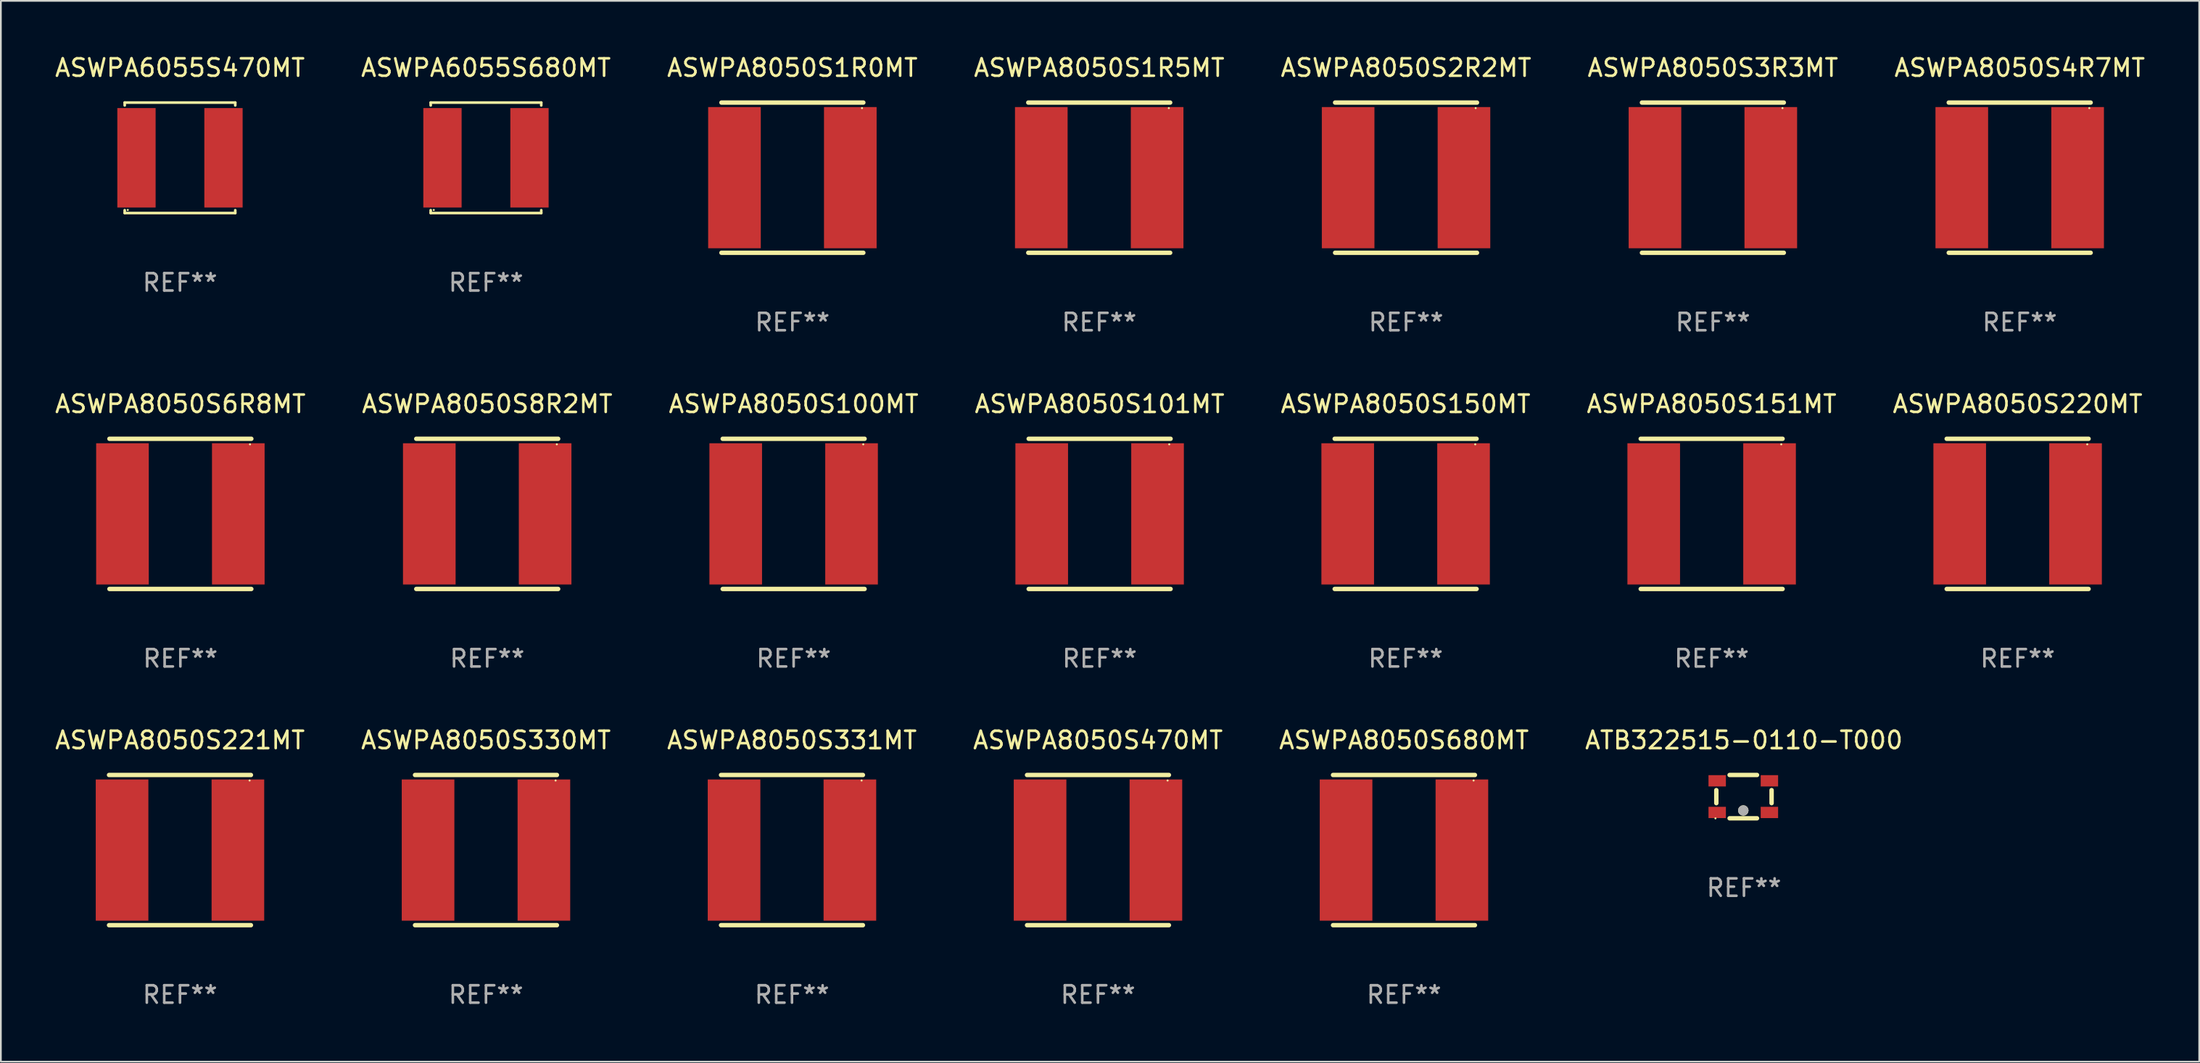
<source format=kicad_pcb>
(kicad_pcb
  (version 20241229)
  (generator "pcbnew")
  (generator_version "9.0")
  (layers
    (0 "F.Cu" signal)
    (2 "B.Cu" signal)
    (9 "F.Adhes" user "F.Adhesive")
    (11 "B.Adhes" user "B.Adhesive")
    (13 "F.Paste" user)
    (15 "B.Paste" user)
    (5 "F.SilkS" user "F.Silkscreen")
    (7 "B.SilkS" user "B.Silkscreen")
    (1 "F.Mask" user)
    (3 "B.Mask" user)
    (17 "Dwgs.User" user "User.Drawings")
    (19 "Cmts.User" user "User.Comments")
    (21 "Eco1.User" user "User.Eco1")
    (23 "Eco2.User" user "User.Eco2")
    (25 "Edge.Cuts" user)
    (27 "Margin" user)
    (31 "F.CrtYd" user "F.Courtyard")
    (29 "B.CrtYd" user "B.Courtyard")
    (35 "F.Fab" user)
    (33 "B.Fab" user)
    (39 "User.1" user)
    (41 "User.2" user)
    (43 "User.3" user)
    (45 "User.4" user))
  (footprint "ASWPA8050S101MT"
    (layer "F.Cu")
    (at 60.137 26.499)
    (property "Reference" "ASWPA8050S101MT" (at 0 -6.318 0) (layer "F.SilkS") (effects (font (size 1 1) (thickness 0.15))))
    (attr through_hole)
    (fp_line (start -4.076 -4.318) (end 4.076 -4.318) (stroke (width 0.254) (type solid)) (layer "F.SilkS"))
    (fp_line (start -4.076 4.318) (end 4.076 4.318) (stroke (width 0.254) (type solid)) (layer "F.SilkS"))
    (fp_circle (center 4 -4) (end 4.03 -4) (stroke (width 0.06) (type solid)) (fill no) (layer "F.SilkS"))
    (fp_text user "REF**" (at 0 8.318 0) (layer "F.Fab") (effects (font (size 1 1) (thickness 0.15))))
    (pad "1" smd rect (at 3.328 0) (size 3.024 8.12) (layers "F.Cu" "F.Mask" "F.Paste"))
    (pad "2" smd rect (at -3.328 0) (size 3.024 8.12) (layers "F.Cu" "F.Mask" "F.Paste")))
  (footprint "ASWPA8050S151MT"
    (layer "F.Cu")
    (at 95.304 26.499)
    (property "Reference" "ASWPA8050S151MT" (at 0 -6.318 0) (layer "F.SilkS") (effects (font (size 1 1) (thickness 0.15))))
    (attr through_hole)
    (fp_line (start -4.076 -4.318) (end 4.076 -4.318) (stroke (width 0.254) (type solid)) (layer "F.SilkS"))
    (fp_line (start -4.076 4.318) (end 4.076 4.318) (stroke (width 0.254) (type solid)) (layer "F.SilkS"))
    (fp_circle (center 4 -4) (end 4.03 -4) (stroke (width 0.06) (type solid)) (fill no) (layer "F.SilkS"))
    (fp_text user "REF**" (at 0 8.318 0) (layer "F.Fab") (effects (font (size 1 1) (thickness 0.15))))
    (pad "1" smd rect (at 3.328 0) (size 3.024 8.12) (layers "F.Cu" "F.Mask" "F.Paste"))
    (pad "2" smd rect (at -3.328 0) (size 3.024 8.12) (layers "F.Cu" "F.Mask" "F.Paste")))
  (footprint "ASWPA8050S221MT"
    (layer "F.Cu")
    (at 7.292 45.831)
    (property "Reference" "ASWPA8050S221MT" (at 0 -6.318 0) (layer "F.SilkS") (effects (font (size 1 1) (thickness 0.15))))
    (attr through_hole)
    (fp_line (start -4.076 -4.318) (end 4.076 -4.318) (stroke (width 0.254) (type solid)) (layer "F.SilkS"))
    (fp_line (start -4.076 4.318) (end 4.076 4.318) (stroke (width 0.254) (type solid)) (layer "F.SilkS"))
    (fp_circle (center 4 -4) (end 4.03 -4) (stroke (width 0.06) (type solid)) (fill no) (layer "F.SilkS"))
    (fp_text user "REF**" (at 0 8.318 0) (layer "F.Fab") (effects (font (size 1 1) (thickness 0.15))))
    (pad "1" smd rect (at 3.328 0) (size 3.024 8.12) (layers "F.Cu" "F.Mask" "F.Paste"))
    (pad "2" smd rect (at -3.328 0) (size 3.024 8.12) (layers "F.Cu" "F.Mask" "F.Paste")))
  (footprint "ASWPA8050S4R7MT"
    (layer "F.Cu")
    (at 113.006 7.166)
    (property "Reference" "ASWPA8050S4R7MT" (at 0 -6.318 0) (layer "F.SilkS") (effects (font (size 1 1) (thickness 0.15))))
    (attr through_hole)
    (fp_line (start -4.076 -4.318) (end 4.076 -4.318) (stroke (width 0.254) (type solid)) (layer "F.SilkS"))
    (fp_line (start -4.076 4.318) (end 4.076 4.318) (stroke (width 0.254) (type solid)) (layer "F.SilkS"))
    (fp_circle (center 4 -4) (end 4.03 -4) (stroke (width 0.06) (type solid)) (fill no) (layer "F.SilkS"))
    (fp_text user "REF**" (at 0 8.318 0) (layer "F.Fab") (effects (font (size 1 1) (thickness 0.15))))
    (pad "1" smd rect (at 3.328 0) (size 3.024 8.12) (layers "F.Cu" "F.Mask" "F.Paste"))
    (pad "2" smd rect (at -3.328 0) (size 3.024 8.12) (layers "F.Cu" "F.Mask" "F.Paste")))
  (footprint "ASWPA6055S470MT"
    (layer "F.Cu")
    (at 7.292 6.024)
    (property "Reference" "ASWPA6055S470MT" (at 0 -5.176 0) (layer "F.SilkS") (effects (font (size 1 1) (thickness 0.15))))
    (attr through_hole)
    (fp_line (start -3.176 -3.176) (end 3.176 -3.176) (stroke (width 0.152) (type solid)) (layer "F.SilkS"))
    (fp_line (start -3.176 -3.012) (end -3.176 -3.176) (stroke (width 0.152) (type solid)) (layer "F.SilkS"))
    (fp_line (start -3.176 3.012) (end -3.176 3.176) (stroke (width 0.152) (type solid)) (layer "F.SilkS"))
    (fp_line (start -3.176 3.176) (end 3.176 3.176) (stroke (width 0.152) (type solid)) (layer "F.SilkS"))
    (fp_line (start 3.176 -3.176) (end 3.176 -3.012) (stroke (width 0.152) (type solid)) (layer "F.SilkS"))
    (fp_line (start 3.176 3.176) (end 3.176 3.012) (stroke (width 0.152) (type solid)) (layer "F.SilkS"))
    (fp_circle (center -3 3) (end -2.97 3) (stroke (width 0.06) (type solid)) (fill no) (layer "F.SilkS"))
    (fp_text user "REF**" (at 0 7.176 0) (layer "F.Fab") (effects (font (size 1 1) (thickness 0.15))))
    (pad "1" smd rect (at -2.5 0) (size 2.2 5.72) (layers "F.Cu" "F.Mask" "F.Paste"))
    (pad "2" smd rect (at 2.5 0) (size 2.2 5.72) (layers "F.Cu" "F.Mask" "F.Paste")))
  (footprint "ASWPA8050S2R2MT"
    (layer "F.Cu")
    (at 77.744 7.166)
    (property "Reference" "ASWPA8050S2R2MT" (at 0 -6.318 0) (layer "F.SilkS") (effects (font (size 1 1) (thickness 0.15))))
    (attr through_hole)
    (fp_line (start -4.076 -4.318) (end 4.076 -4.318) (stroke (width 0.254) (type solid)) (layer "F.SilkS"))
    (fp_line (start -4.076 4.318) (end 4.076 4.318) (stroke (width 0.254) (type solid)) (layer "F.SilkS"))
    (fp_circle (center 4 -4) (end 4.03 -4) (stroke (width 0.06) (type solid)) (fill no) (layer "F.SilkS"))
    (fp_text user "REF**" (at 0 8.318 0) (layer "F.Fab") (effects (font (size 1 1) (thickness 0.15))))
    (pad "1" smd rect (at 3.328 0) (size 3.024 8.12) (layers "F.Cu" "F.Mask" "F.Paste"))
    (pad "2" smd rect (at -3.328 0) (size 3.024 8.12) (layers "F.Cu" "F.Mask" "F.Paste")))
  (footprint "ASWPA8050S330MT"
    (layer "F.Cu")
    (at 24.875 45.831)
    (property "Reference" "ASWPA8050S330MT" (at 0 -6.318 0) (layer "F.SilkS") (effects (font (size 1 1) (thickness 0.15))))
    (attr through_hole)
    (fp_line (start -4.076 -4.318) (end 4.076 -4.318) (stroke (width 0.254) (type solid)) (layer "F.SilkS"))
    (fp_line (start -4.076 4.318) (end 4.076 4.318) (stroke (width 0.254) (type solid)) (layer "F.SilkS"))
    (fp_circle (center 4 -4) (end 4.03 -4) (stroke (width 0.06) (type solid)) (fill no) (layer "F.SilkS"))
    (fp_text user "REF**" (at 0 8.318 0) (layer "F.Fab") (effects (font (size 1 1) (thickness 0.15))))
    (pad "1" smd rect (at 3.328 0) (size 3.024 8.12) (layers "F.Cu" "F.Mask" "F.Paste"))
    (pad "2" smd rect (at -3.328 0) (size 3.024 8.12) (layers "F.Cu" "F.Mask" "F.Paste")))
  (footprint "ASWPA8050S1R5MT"
    (layer "F.Cu")
    (at 60.113 7.166)
    (property "Reference" "ASWPA8050S1R5MT" (at 0 -6.318 0) (layer "F.SilkS") (effects (font (size 1 1) (thickness 0.15))))
    (attr through_hole)
    (fp_line (start -4.076 -4.318) (end 4.076 -4.318) (stroke (width 0.254) (type solid)) (layer "F.SilkS"))
    (fp_line (start -4.076 4.318) (end 4.076 4.318) (stroke (width 0.254) (type solid)) (layer "F.SilkS"))
    (fp_circle (center 4 -4) (end 4.03 -4) (stroke (width 0.06) (type solid)) (fill no) (layer "F.SilkS"))
    (fp_text user "REF**" (at 0 8.318 0) (layer "F.Fab") (effects (font (size 1 1) (thickness 0.15))))
    (pad "1" smd rect (at 3.328 0) (size 3.024 8.12) (layers "F.Cu" "F.Mask" "F.Paste"))
    (pad "2" smd rect (at -3.328 0) (size 3.024 8.12) (layers "F.Cu" "F.Mask" "F.Paste")))
  (footprint "ASWPA6055S680MT"
    (layer "F.Cu")
    (at 24.875 6.024)
    (property "Reference" "ASWPA6055S680MT" (at 0 -5.176 0) (layer "F.SilkS") (effects (font (size 1 1) (thickness 0.15))))
    (attr through_hole)
    (fp_line (start -3.176 -3.176) (end 3.176 -3.176) (stroke (width 0.152) (type solid)) (layer "F.SilkS"))
    (fp_line (start -3.176 -3.012) (end -3.176 -3.176) (stroke (width 0.152) (type solid)) (layer "F.SilkS"))
    (fp_line (start -3.176 3.012) (end -3.176 3.176) (stroke (width 0.152) (type solid)) (layer "F.SilkS"))
    (fp_line (start -3.176 3.176) (end 3.176 3.176) (stroke (width 0.152) (type solid)) (layer "F.SilkS"))
    (fp_line (start 3.176 -3.176) (end 3.176 -3.012) (stroke (width 0.152) (type solid)) (layer "F.SilkS"))
    (fp_line (start 3.176 3.176) (end 3.176 3.012) (stroke (width 0.152) (type solid)) (layer "F.SilkS"))
    (fp_circle (center -3 3) (end -2.97 3) (stroke (width 0.06) (type solid)) (fill no) (layer "F.SilkS"))
    (fp_text user "REF**" (at 0 7.176 0) (layer "F.Fab") (effects (font (size 1 1) (thickness 0.15))))
    (pad "1" smd rect (at -2.5 0) (size 2.2 5.72) (layers "F.Cu" "F.Mask" "F.Paste"))
    (pad "2" smd rect (at 2.5 0) (size 2.2 5.72) (layers "F.Cu" "F.Mask" "F.Paste")))
  (footprint "ASWPA8050S1R0MT"
    (layer "F.Cu")
    (at 42.482 7.166)
    (property "Reference" "ASWPA8050S1R0MT" (at 0 -6.318 0) (layer "F.SilkS") (effects (font (size 1 1) (thickness 0.15))))
    (attr through_hole)
    (fp_line (start -4.076 -4.318) (end 4.076 -4.318) (stroke (width 0.254) (type solid)) (layer "F.SilkS"))
    (fp_line (start -4.076 4.318) (end 4.076 4.318) (stroke (width 0.254) (type solid)) (layer "F.SilkS"))
    (fp_circle (center 4 -4) (end 4.03 -4) (stroke (width 0.06) (type solid)) (fill no) (layer "F.SilkS"))
    (fp_text user "REF**" (at 0 8.318 0) (layer "F.Fab") (effects (font (size 1 1) (thickness 0.15))))
    (pad "1" smd rect (at 3.328 0) (size 3.024 8.12) (layers "F.Cu" "F.Mask" "F.Paste"))
    (pad "2" smd rect (at -3.328 0) (size 3.024 8.12) (layers "F.Cu" "F.Mask" "F.Paste")))
  (footprint "ATB322515-0110-T000"
    (layer "F.Cu")
    (at 97.161 42.758)
    (property "Reference" "ATB322515-0110-T000" (at 0 -3.245 0) (layer "F.SilkS") (effects (font (size 1 1) (thickness 0.15))))
    (attr through_hole)
    (fp_line (start -1.588 0.374) (end -1.588 -0.374) (stroke (width 0.254) (type solid)) (layer "F.SilkS"))
    (fp_line (start -0.825 -1.245) (end 0.749 -1.245) (stroke (width 0.254) (type solid)) (layer "F.SilkS"))
    (fp_line (start 0.749 1.245) (end -0.825 1.245) (stroke (width 0.254) (type solid)) (layer "F.SilkS"))
    (fp_line (start 1.588 -0.374) (end 1.588 0.374) (stroke (width 0.254) (type solid)) (layer "F.SilkS"))
    (fp_circle (center -1.638 1.25) (end -1.608 1.25) (stroke (width 0.06) (type solid)) (fill no) (layer "F.SilkS"))
    (fp_circle (center -0.038 0.795) (end 0.112 0.795) (stroke (width 0.3) (type solid)) (fill no) (layer "F.SilkS"))
    (fp_circle (center -0.038 0.795) (end 0.112 0.795) (stroke (width 0.3) (type solid)) (fill no) (layer "F.Fab"))
    (fp_text user "REF**" (at 0 5.245 0) (layer "F.Fab") (effects (font (size 1 1) (thickness 0.15))))
    (pad "1" smd rect (at -1.538 0.91 90) (size 0.65 1) (layers "F.Cu" "F.Mask" "F.Paste"))
    (pad "2" smd rect (at -1.538 -0.91 90) (size 0.65 1) (layers "F.Cu" "F.Mask" "F.Paste"))
    (pad "3" smd rect (at 1.462 -0.91 90) (size 0.65 1) (layers "F.Cu" "F.Mask" "F.Paste"))
    (pad "4" smd rect (at 1.462 0.91 90) (size 0.65 1) (layers "F.Cu" "F.Mask" "F.Paste")))
  (footprint "ASWPA8050S331MT"
    (layer "F.Cu")
    (at 42.458 45.831)
    (property "Reference" "ASWPA8050S331MT" (at 0 -6.318 0) (layer "F.SilkS") (effects (font (size 1 1) (thickness 0.15))))
    (attr through_hole)
    (fp_line (start -4.076 -4.318) (end 4.076 -4.318) (stroke (width 0.254) (type solid)) (layer "F.SilkS"))
    (fp_line (start -4.076 4.318) (end 4.076 4.318) (stroke (width 0.254) (type solid)) (layer "F.SilkS"))
    (fp_circle (center 4 -4) (end 4.03 -4) (stroke (width 0.06) (type solid)) (fill no) (layer "F.SilkS"))
    (fp_text user "REF**" (at 0 8.318 0) (layer "F.Fab") (effects (font (size 1 1) (thickness 0.15))))
    (pad "1" smd rect (at 3.328 0) (size 3.024 8.12) (layers "F.Cu" "F.Mask" "F.Paste"))
    (pad "2" smd rect (at -3.328 0) (size 3.024 8.12) (layers "F.Cu" "F.Mask" "F.Paste")))
  (footprint "ASWPA8050S8R2MT"
    (layer "F.Cu")
    (at 24.946 26.499)
    (property "Reference" "ASWPA8050S8R2MT" (at 0 -6.318 0) (layer "F.SilkS") (effects (font (size 1 1) (thickness 0.15))))
    (attr through_hole)
    (fp_line (start -4.076 -4.318) (end 4.076 -4.318) (stroke (width 0.254) (type solid)) (layer "F.SilkS"))
    (fp_line (start -4.076 4.318) (end 4.076 4.318) (stroke (width 0.254) (type solid)) (layer "F.SilkS"))
    (fp_circle (center 4 -4) (end 4.03 -4) (stroke (width 0.06) (type solid)) (fill no) (layer "F.SilkS"))
    (fp_text user "REF**" (at 0 8.318 0) (layer "F.Fab") (effects (font (size 1 1) (thickness 0.15))))
    (pad "1" smd rect (at 3.328 0) (size 3.024 8.12) (layers "F.Cu" "F.Mask" "F.Paste"))
    (pad "2" smd rect (at -3.328 0) (size 3.024 8.12) (layers "F.Cu" "F.Mask" "F.Paste")))
  (footprint "ASWPA8050S150MT"
    (layer "F.Cu")
    (at 77.72 26.499)
    (property "Reference" "ASWPA8050S150MT" (at 0 -6.318 0) (layer "F.SilkS") (effects (font (size 1 1) (thickness 0.15))))
    (attr through_hole)
    (fp_line (start -4.076 -4.318) (end 4.076 -4.318) (stroke (width 0.254) (type solid)) (layer "F.SilkS"))
    (fp_line (start -4.076 4.318) (end 4.076 4.318) (stroke (width 0.254) (type solid)) (layer "F.SilkS"))
    (fp_circle (center 4 -4) (end 4.03 -4) (stroke (width 0.06) (type solid)) (fill no) (layer "F.SilkS"))
    (fp_text user "REF**" (at 0 8.318 0) (layer "F.Fab") (effects (font (size 1 1) (thickness 0.15))))
    (pad "1" smd rect (at 3.328 0) (size 3.024 8.12) (layers "F.Cu" "F.Mask" "F.Paste"))
    (pad "2" smd rect (at -3.328 0) (size 3.024 8.12) (layers "F.Cu" "F.Mask" "F.Paste")))
  (footprint "ASWPA8050S220MT"
    (layer "F.Cu")
    (at 112.887 26.499)
    (property "Reference" "ASWPA8050S220MT" (at 0 -6.318 0) (layer "F.SilkS") (effects (font (size 1 1) (thickness 0.15))))
    (attr through_hole)
    (fp_line (start -4.076 -4.318) (end 4.076 -4.318) (stroke (width 0.254) (type solid)) (layer "F.SilkS"))
    (fp_line (start -4.076 4.318) (end 4.076 4.318) (stroke (width 0.254) (type solid)) (layer "F.SilkS"))
    (fp_circle (center 4 -4) (end 4.03 -4) (stroke (width 0.06) (type solid)) (fill no) (layer "F.SilkS"))
    (fp_text user "REF**" (at 0 8.318 0) (layer "F.Fab") (effects (font (size 1 1) (thickness 0.15))))
    (pad "1" smd rect (at 3.328 0) (size 3.024 8.12) (layers "F.Cu" "F.Mask" "F.Paste"))
    (pad "2" smd rect (at -3.328 0) (size 3.024 8.12) (layers "F.Cu" "F.Mask" "F.Paste")))
  (footprint "ASWPA8050S3R3MT"
    (layer "F.Cu")
    (at 95.375 7.166)
    (property "Reference" "ASWPA8050S3R3MT" (at 0 -6.318 0) (layer "F.SilkS") (effects (font (size 1 1) (thickness 0.15))))
    (attr through_hole)
    (fp_line (start -4.076 -4.318) (end 4.076 -4.318) (stroke (width 0.254) (type solid)) (layer "F.SilkS"))
    (fp_line (start -4.076 4.318) (end 4.076 4.318) (stroke (width 0.254) (type solid)) (layer "F.SilkS"))
    (fp_circle (center 4 -4) (end 4.03 -4) (stroke (width 0.06) (type solid)) (fill no) (layer "F.SilkS"))
    (fp_text user "REF**" (at 0 8.318 0) (layer "F.Fab") (effects (font (size 1 1) (thickness 0.15))))
    (pad "1" smd rect (at 3.328 0) (size 3.024 8.12) (layers "F.Cu" "F.Mask" "F.Paste"))
    (pad "2" smd rect (at -3.328 0) (size 3.024 8.12) (layers "F.Cu" "F.Mask" "F.Paste")))
  (footprint "ASWPA8050S470MT"
    (layer "F.Cu")
    (at 60.042 45.831)
    (property "Reference" "ASWPA8050S470MT" (at 0 -6.318 0) (layer "F.SilkS") (effects (font (size 1 1) (thickness 0.15))))
    (attr through_hole)
    (fp_line (start -4.076 -4.318) (end 4.076 -4.318) (stroke (width 0.254) (type solid)) (layer "F.SilkS"))
    (fp_line (start -4.076 4.318) (end 4.076 4.318) (stroke (width 0.254) (type solid)) (layer "F.SilkS"))
    (fp_circle (center 4 -4) (end 4.03 -4) (stroke (width 0.06) (type solid)) (fill no) (layer "F.SilkS"))
    (fp_text user "REF**" (at 0 8.318 0) (layer "F.Fab") (effects (font (size 1 1) (thickness 0.15))))
    (pad "1" smd rect (at 3.328 0) (size 3.024 8.12) (layers "F.Cu" "F.Mask" "F.Paste"))
    (pad "2" smd rect (at -3.328 0) (size 3.024 8.12) (layers "F.Cu" "F.Mask" "F.Paste")))
  (footprint "ASWPA8050S680MT"
    (layer "F.Cu")
    (at 77.625 45.831)
    (property "Reference" "ASWPA8050S680MT" (at 0 -6.318 0) (layer "F.SilkS") (effects (font (size 1 1) (thickness 0.15))))
    (attr through_hole)
    (fp_line (start -4.076 -4.318) (end 4.076 -4.318) (stroke (width 0.254) (type solid)) (layer "F.SilkS"))
    (fp_line (start -4.076 4.318) (end 4.076 4.318) (stroke (width 0.254) (type solid)) (layer "F.SilkS"))
    (fp_circle (center 4 -4) (end 4.03 -4) (stroke (width 0.06) (type solid)) (fill no) (layer "F.SilkS"))
    (fp_text user "REF**" (at 0 8.318 0) (layer "F.Fab") (effects (font (size 1 1) (thickness 0.15))))
    (pad "1" smd rect (at 3.328 0) (size 3.024 8.12) (layers "F.Cu" "F.Mask" "F.Paste"))
    (pad "2" smd rect (at -3.328 0) (size 3.024 8.12) (layers "F.Cu" "F.Mask" "F.Paste")))
  (footprint "ASWPA8050S100MT"
    (layer "F.Cu")
    (at 42.554 26.499)
    (property "Reference" "ASWPA8050S100MT" (at 0 -6.318 0) (layer "F.SilkS") (effects (font (size 1 1) (thickness 0.15))))
    (attr through_hole)
    (fp_line (start -4.076 -4.318) (end 4.076 -4.318) (stroke (width 0.254) (type solid)) (layer "F.SilkS"))
    (fp_line (start -4.076 4.318) (end 4.076 4.318) (stroke (width 0.254) (type solid)) (layer "F.SilkS"))
    (fp_circle (center 4 -4) (end 4.03 -4) (stroke (width 0.06) (type solid)) (fill no) (layer "F.SilkS"))
    (fp_text user "REF**" (at 0 8.318 0) (layer "F.Fab") (effects (font (size 1 1) (thickness 0.15))))
    (pad "1" smd rect (at 3.328 0) (size 3.024 8.12) (layers "F.Cu" "F.Mask" "F.Paste"))
    (pad "2" smd rect (at -3.328 0) (size 3.024 8.12) (layers "F.Cu" "F.Mask" "F.Paste")))
  (footprint "ASWPA8050S6R8MT"
    (layer "F.Cu")
    (at 7.315 26.499)
    (property "Reference" "ASWPA8050S6R8MT" (at 0 -6.318 0) (layer "F.SilkS") (effects (font (size 1 1) (thickness 0.15))))
    (attr through_hole)
    (fp_line (start -4.076 -4.318) (end 4.076 -4.318) (stroke (width 0.254) (type solid)) (layer "F.SilkS"))
    (fp_line (start -4.076 4.318) (end 4.076 4.318) (stroke (width 0.254) (type solid)) (layer "F.SilkS"))
    (fp_circle (center 4 -4) (end 4.03 -4) (stroke (width 0.06) (type solid)) (fill no) (layer "F.SilkS"))
    (fp_text user "REF**" (at 0 8.318 0) (layer "F.Fab") (effects (font (size 1 1) (thickness 0.15))))
    (pad "1" smd rect (at 3.328 0) (size 3.024 8.12) (layers "F.Cu" "F.Mask" "F.Paste"))
    (pad "2" smd rect (at -3.328 0) (size 3.024 8.12) (layers "F.Cu" "F.Mask" "F.Paste")))
  (gr_rect
    (start -3 -3)
    (end 123.321 57.998)
    (stroke (width 0.1) (type default))
    (fill no)
    (layer "Edge.Cuts")))
</source>
